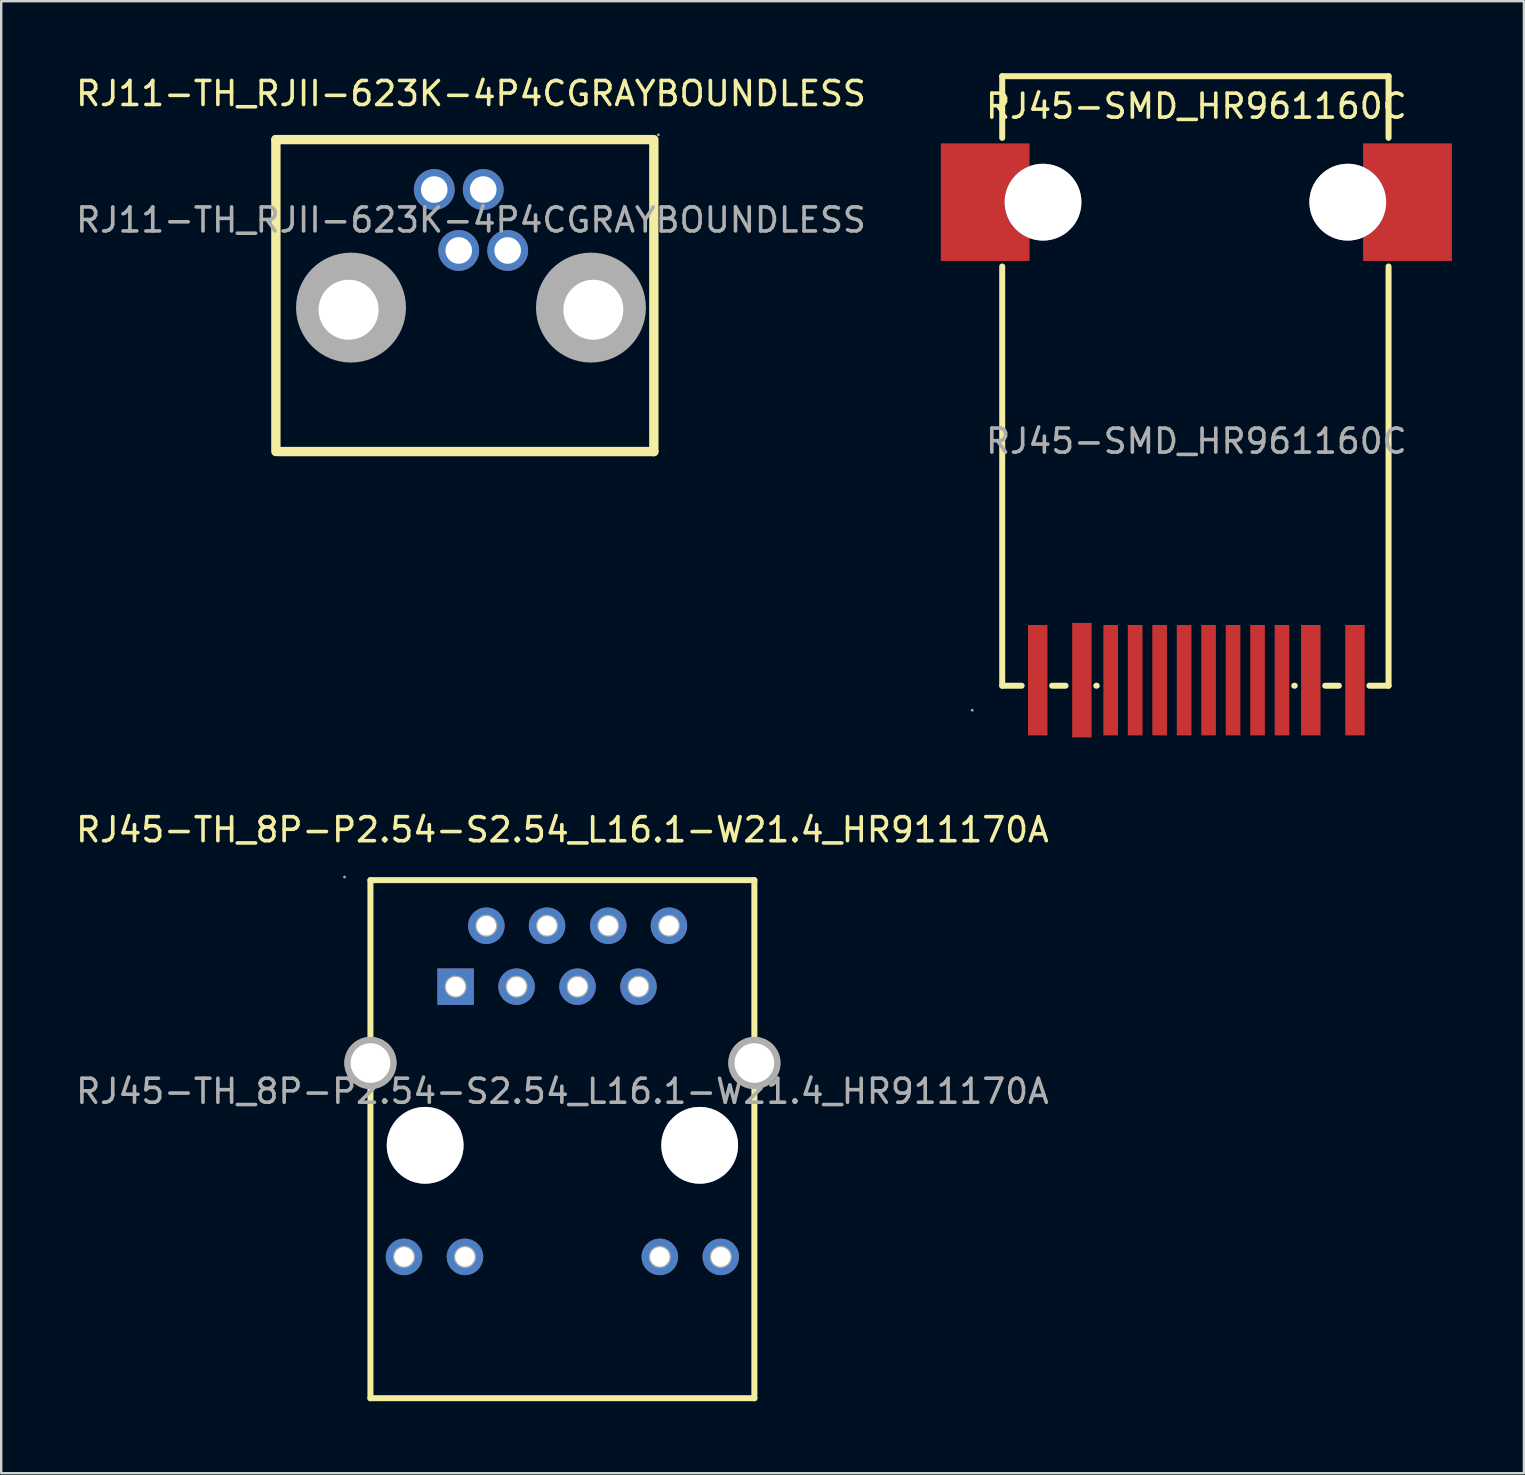
<source format=kicad_pcb>
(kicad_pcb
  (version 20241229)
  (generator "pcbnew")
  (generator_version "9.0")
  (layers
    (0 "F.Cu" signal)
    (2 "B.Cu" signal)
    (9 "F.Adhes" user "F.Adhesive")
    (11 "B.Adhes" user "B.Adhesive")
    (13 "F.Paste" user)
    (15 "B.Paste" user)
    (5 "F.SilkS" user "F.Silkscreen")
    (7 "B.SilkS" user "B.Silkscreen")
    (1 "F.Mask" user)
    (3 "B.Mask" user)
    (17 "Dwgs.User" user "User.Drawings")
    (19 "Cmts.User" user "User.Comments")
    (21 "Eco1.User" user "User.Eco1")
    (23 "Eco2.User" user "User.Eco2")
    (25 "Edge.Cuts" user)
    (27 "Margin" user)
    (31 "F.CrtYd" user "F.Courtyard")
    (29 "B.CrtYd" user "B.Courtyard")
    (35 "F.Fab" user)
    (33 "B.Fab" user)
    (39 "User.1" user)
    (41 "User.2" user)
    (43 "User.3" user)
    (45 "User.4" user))
  (footprint "RJ45-SMD_HR961160C"
    (layer "F.Cu")
    (at 46.805 15.335)
    (property "Reference" "RJ45-SMD_HR961160C" (at 0 -13.96 0) (layer "F.SilkS") (effects (font (size 1 1) (thickness 0.15))))
    (attr through_hole)
    (fp_line (start -8.09 -15.21) (end -8.09 -12.64) (stroke (width 0.25) (type solid)) (layer "F.SilkS"))
    (fp_line (start -8.09 -15.21) (end 8.01 -15.21) (stroke (width 0.25) (type solid)) (layer "F.SilkS"))
    (fp_line (start -8.09 -7.28) (end -8.09 10.19) (stroke (width 0.25) (type solid)) (layer "F.SilkS"))
    (fp_line (start -8.09 10.19) (end -7.28 10.19) (stroke (width 0.25) (type solid)) (layer "F.SilkS"))
    (fp_line (start -6.01 10.19) (end -5.45 10.19) (stroke (width 0.25) (type solid)) (layer "F.SilkS"))
    (fp_line (start -4.17 10.19) (end -4.15 10.19) (stroke (width 0.25) (type solid)) (layer "F.SilkS"))
    (fp_line (start 4.08 10.19) (end 4.1 10.19) (stroke (width 0.25) (type solid)) (layer "F.SilkS"))
    (fp_line (start 5.37 10.19) (end 5.94 10.19) (stroke (width 0.25) (type solid)) (layer "F.SilkS"))
    (fp_line (start 7.21 10.19) (end 8.01 10.19) (stroke (width 0.25) (type solid)) (layer "F.SilkS"))
    (fp_line (start 8.01 -12.64) (end 8.01 -15.21) (stroke (width 0.25) (type solid)) (layer "F.SilkS"))
    (fp_line (start 8.01 10.19) (end 8.01 -7.28) (stroke (width 0.25) (type solid)) (layer "F.SilkS"))
    (fp_circle (center -6.39 -9.96) (end -5.71 -9.96) (stroke (width 1.35) (type solid)) (fill no) (layer "Cmts.User"))
    (fp_circle (center 6.31 -9.96) (end 6.99 -9.96) (stroke (width 1.35) (type solid)) (fill no) (layer "Cmts.User"))
    (fp_circle (center -9.34 11.21) (end -9.31 11.21) (stroke (width 0.06) (type solid)) (fill no) (layer "F.Fab"))
    (fp_text user "${REFERENCE}" (at 0 0 0) (layer "F.Fab") (effects (font (size 1 1) (thickness 0.15))))
    (pad "" thru_hole circle (at -6.39 -9.96) (size 3.2 3.2) (drill 3.2) (layers "*.Cu" "*.Mask"))
    (pad "" thru_hole circle (at 6.31 -9.96) (size 3.2 3.2) (drill 3.2) (layers "*.Cu" "*.Mask"))
    (pad "1" smd rect (at -6.61 9.96) (size 0.81 4.6) (layers "F.Cu" "F.Mask" "F.Paste"))
    (pad "2" smd rect (at -4.77 9.96) (size 0.81 4.77) (layers "F.Cu" "F.Mask" "F.Paste"))
    (pad "3" smd rect (at -3.57 9.96) (size 0.61 4.6) (layers "F.Cu" "F.Mask" "F.Paste"))
    (pad "4" smd rect (at -2.55 9.96) (size 0.61 4.6) (layers "F.Cu" "F.Mask" "F.Paste"))
    (pad "5" smd rect (at -1.53 9.96) (size 0.61 4.6) (layers "F.Cu" "F.Mask" "F.Paste"))
    (pad "6" smd rect (at -0.51 9.96) (size 0.61 4.6) (layers "F.Cu" "F.Mask" "F.Paste"))
    (pad "7" smd rect (at 0.51 9.96) (size 0.61 4.6) (layers "F.Cu" "F.Mask" "F.Paste"))
    (pad "8" smd rect (at 1.53 9.96) (size 0.61 4.6) (layers "F.Cu" "F.Mask" "F.Paste"))
    (pad "9" smd rect (at 2.55 9.96) (size 0.61 4.6) (layers "F.Cu" "F.Mask" "F.Paste"))
    (pad "10" smd rect (at 3.57 9.96) (size 0.61 4.6) (layers "F.Cu" "F.Mask" "F.Paste"))
    (pad "11" smd rect (at 4.77 9.96) (size 0.81 4.6) (layers "F.Cu" "F.Mask" "F.Paste"))
    (pad "12" smd rect (at 6.61 9.96) (size 0.81 4.6) (layers "F.Cu" "F.Mask" "F.Paste"))
    (pad "13" smd rect (at 8.8 -9.96) (size 3.7 4.9) (layers "F.Cu" "F.Mask" "F.Paste"))
    (pad "14" smd rect (at -8.8 -9.96) (size 3.7 4.9) (layers "F.Cu" "F.Mask" "F.Paste")))
  (footprint "RJ45-TH_8P-P2.54-S2.54_L16.1-W21.4_HR911170A"
    (layer "F.Cu")
    (at 20.387 42.428)
    (property "Reference" "RJ45-TH_8P-P2.54-S2.54_L16.1-W21.4_HR911170A" (at 0 -10.9 0) (layer "F.SilkS") (effects (font (size 1 1) (thickness 0.15))))
    (attr through_hole)
    (fp_line (start -8 -8.8) (end 8 -8.8) (stroke (width 0.25) (type solid)) (layer "F.SilkS"))
    (fp_line (start -8 12.79) (end -8 -8.8) (stroke (width 0.25) (type solid)) (layer "F.SilkS"))
    (fp_line (start 8 -8.8) (end 8 12.79) (stroke (width 0.25) (type solid)) (layer "F.SilkS"))
    (fp_line (start 8 12.79) (end -8 12.79) (stroke (width 0.25) (type solid)) (layer "F.SilkS"))
    (fp_circle (center -9.08 -8.93) (end -9.05 -8.93) (stroke (width 0.06) (type solid)) (fill no) (layer "F.Fab"))
    (fp_circle (center -8 -1.18) (end -7.64 -1.18) (stroke (width 0.73) (type solid)) (fill no) (layer "F.Fab"))
    (fp_circle (center -6.6 6.9) (end -6.45 6.9) (stroke (width 0.31) (type solid)) (fill no) (layer "F.Fab"))
    (fp_circle (center -5.72 2.25) (end -4.97 2.25) (stroke (width 1.5) (type solid)) (fill no) (layer "F.Fab"))
    (fp_circle (center -4.45 -4.36) (end -4.3 -4.36) (stroke (width 0.31) (type solid)) (fill no) (layer "F.Fab"))
    (fp_circle (center -4.06 6.9) (end -3.91 6.9) (stroke (width 0.31) (type solid)) (fill no) (layer "F.Fab"))
    (fp_circle (center -3.17 -6.9) (end -3.02 -6.9) (stroke (width 0.31) (type solid)) (fill no) (layer "F.Fab"))
    (fp_circle (center -1.91 -4.36) (end -1.76 -4.36) (stroke (width 0.31) (type solid)) (fill no) (layer "F.Fab"))
    (fp_circle (center -0.64 -6.9) (end -0.49 -6.9) (stroke (width 0.31) (type solid)) (fill no) (layer "F.Fab"))
    (fp_circle (center 0.63 -4.36) (end 0.78 -4.36) (stroke (width 0.31) (type solid)) (fill no) (layer "F.Fab"))
    (fp_circle (center 1.91 -6.9) (end 2.06 -6.9) (stroke (width 0.31) (type solid)) (fill no) (layer "F.Fab"))
    (fp_circle (center 3.17 -4.36) (end 3.32 -4.36) (stroke (width 0.31) (type solid)) (fill no) (layer "F.Fab"))
    (fp_circle (center 4.06 6.9) (end 4.21 6.9) (stroke (width 0.31) (type solid)) (fill no) (layer "F.Fab"))
    (fp_circle (center 4.44 -6.9) (end 4.59 -6.9) (stroke (width 0.31) (type solid)) (fill no) (layer "F.Fab"))
    (fp_circle (center 5.72 2.25) (end 6.47 2.25) (stroke (width 1.5) (type solid)) (fill no) (layer "F.Fab"))
    (fp_circle (center 6.6 6.9) (end 6.75 6.9) (stroke (width 0.31) (type solid)) (fill no) (layer "F.Fab"))
    (fp_circle (center 8 -1.18) (end 8.36 -1.18) (stroke (width 0.73) (type solid)) (fill no) (layer "F.Fab"))
    (fp_text user "${REFERENCE}" (at 0 0 0) (layer "F.Fab") (effects (font (size 1 1) (thickness 0.15))))
    (pad "" thru_hole circle (at -5.72 2.25) (size 3.2 3.2) (drill 3.2) (layers "*.Cu" "*.Mask"))
    (pad "" thru_hole circle (at 5.72 2.25) (size 3.2 3.2) (drill 3.2) (layers "*.Cu" "*.Mask"))
    (pad "1" thru_hole rect (at -4.45 -4.36) (size 1.52 1.52) (drill 0.813) (layers "*.Cu" "*.Paste" "*.Mask"))
    (pad "2" thru_hole circle (at -3.17 -6.9) (size 1.52 1.52) (drill 0.813) (layers "*.Cu" "*.Paste" "*.Mask"))
    (pad "3" thru_hole circle (at -1.91 -4.36) (size 1.52 1.52) (drill 0.813) (layers "*.Cu" "*.Paste" "*.Mask"))
    (pad "4" thru_hole circle (at -0.64 -6.9) (size 1.52 1.52) (drill 0.813) (layers "*.Cu" "*.Paste" "*.Mask"))
    (pad "5" thru_hole circle (at 0.63 -4.36) (size 1.52 1.52) (drill 0.813) (layers "*.Cu" "*.Paste" "*.Mask"))
    (pad "6" thru_hole circle (at 1.91 -6.9) (size 1.52 1.52) (drill 0.813) (layers "*.Cu" "*.Paste" "*.Mask"))
    (pad "7" thru_hole circle (at 3.17 -4.36) (size 1.52 1.52) (drill 0.813) (layers "*.Cu" "*.Paste" "*.Mask"))
    (pad "8" thru_hole circle (at 4.44 -6.9) (size 1.52 1.52) (drill 0.813) (layers "*.Cu" "*.Paste" "*.Mask"))
    (pad "9" thru_hole circle (at -6.6 6.9) (size 1.52 1.52) (drill 0.813) (layers "*.Cu" "*.Paste" "*.Mask"))
    (pad "10" thru_hole circle (at -4.06 6.9) (size 1.52 1.52) (drill 0.813) (layers "*.Cu" "*.Paste" "*.Mask"))
    (pad "11" thru_hole circle (at 4.06 6.9) (size 1.52 1.52) (drill 0.813) (layers "*.Cu" "*.Paste" "*.Mask"))
    (pad "12" thru_hole circle (at 6.6 6.9) (size 1.52 1.52) (drill 0.813) (layers "*.Cu" "*.Paste" "*.Mask"))
    (pad "13" thru_hole circle (at -8 -1.18) (size 2.16 2.16) (drill 1.651) (layers "*.Cu" "*.Paste" "*.Mask"))
    (pad "14" thru_hole circle (at 8 -1.18) (size 2.16 2.16) (drill 1.651) (layers "*.Cu" "*.Paste" "*.Mask")))
  (footprint "RJ11-TH_RJII-623K-4P4CGRAYBOUNDLESS"
    (layer "F.Cu")
    (at 16.577 6.118)
    (property "Reference" "RJ11-TH_RJII-623K-4P4CGRAYBOUNDLESS" (at 0 -5.27 0) (layer "F.SilkS") (effects (font (size 1 1) (thickness 0.15))))
    (attr through_hole)
    (fp_line (start -8.13 -3.35) (end -8.13 9.65) (stroke (width 0.39) (type solid)) (layer "F.SilkS"))
    (fp_line (start -8.13 -3.35) (end 7.51 -3.35) (stroke (width 0.39) (type solid)) (layer "F.SilkS"))
    (fp_line (start 7.62 -3.35) (end 7.62 9.65) (stroke (width 0.39) (type solid)) (layer "F.SilkS"))
    (fp_line (start 7.62 9.65) (end -8.02 9.65) (stroke (width 0.39) (type solid)) (layer "F.SilkS"))
    (fp_circle (center -5 3.65) (end -4.24 3.65) (stroke (width 1.53) (type solid)) (fill no) (layer "F.Fab"))
    (fp_circle (center -1.53 -1.27) (end -1.3 -1.27) (stroke (width 0.45) (type solid)) (fill no) (layer "F.Fab"))
    (fp_circle (center -0.51 1.27) (end -0.28 1.27) (stroke (width 0.45) (type solid)) (fill no) (layer "F.Fab"))
    (fp_circle (center 0.51 -1.27) (end 0.74 -1.27) (stroke (width 0.45) (type solid)) (fill no) (layer "F.Fab"))
    (fp_circle (center 1.53 1.27) (end 1.76 1.27) (stroke (width 0.45) (type solid)) (fill no) (layer "F.Fab"))
    (fp_circle (center 5 3.65) (end 5.76 3.65) (stroke (width 1.53) (type solid)) (fill no) (layer "F.Fab"))
    (fp_circle (center 7.81 -3.55) (end 7.84 -3.55) (stroke (width 0.06) (type solid)) (fill no) (layer "F.Fab"))
    (fp_text user "${REFERENCE}" (at 0 0 0) (layer "F.Fab") (effects (font (size 1 1) (thickness 0.15))))
    (pad "" thru_hole circle (at -5.1 3.74) (size 2.5 2.5) (drill 2.5) (layers "*.Cu" "*.Mask"))
    (pad "" thru_hole circle (at 5.1 3.74) (size 2.5 2.5) (drill 2.5) (layers "*.Cu" "*.Mask"))
    (pad "1" thru_hole circle (at 0.51 -1.27) (size 1.7 1.7) (drill 1.11) (layers "*.Cu" "*.Paste" "*.Mask"))
    (pad "2" thru_hole circle (at 1.53 1.27) (size 1.7 1.7) (drill 1.11) (layers "*.Cu" "*.Paste" "*.Mask"))
    (pad "3" thru_hole circle (at -1.53 -1.27) (size 1.7 1.7) (drill 1.11) (layers "*.Cu" "*.Paste" "*.Mask"))
    (pad "4" thru_hole circle (at -0.51 1.27) (size 1.7 1.7) (drill 1.11) (layers "*.Cu" "*.Paste" "*.Mask")))
  (gr_rect
    (start -3 -3)
    (end 60.455 58.343)
    (stroke (width 0.1) (type default))
    (fill no)
    (layer "Edge.Cuts")))
</source>
